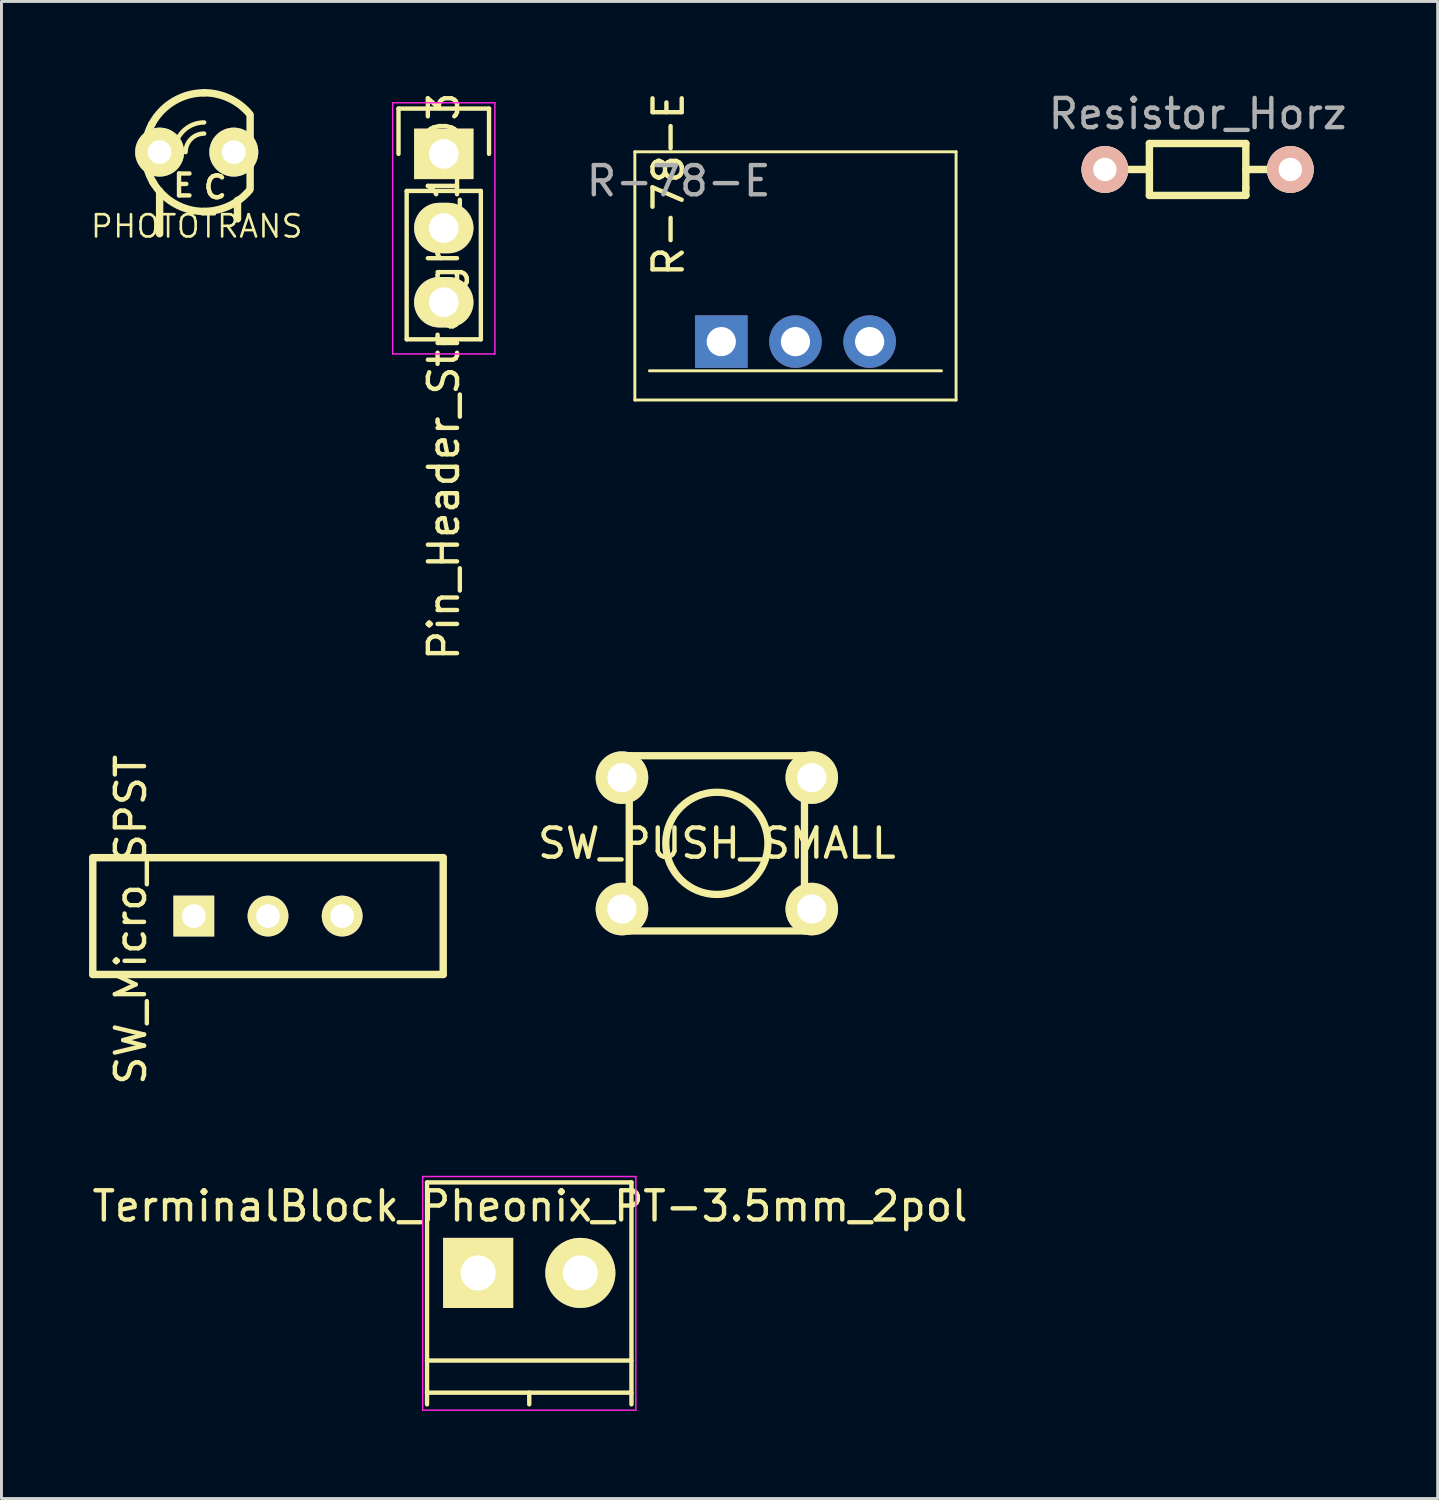
<source format=kicad_pcb>
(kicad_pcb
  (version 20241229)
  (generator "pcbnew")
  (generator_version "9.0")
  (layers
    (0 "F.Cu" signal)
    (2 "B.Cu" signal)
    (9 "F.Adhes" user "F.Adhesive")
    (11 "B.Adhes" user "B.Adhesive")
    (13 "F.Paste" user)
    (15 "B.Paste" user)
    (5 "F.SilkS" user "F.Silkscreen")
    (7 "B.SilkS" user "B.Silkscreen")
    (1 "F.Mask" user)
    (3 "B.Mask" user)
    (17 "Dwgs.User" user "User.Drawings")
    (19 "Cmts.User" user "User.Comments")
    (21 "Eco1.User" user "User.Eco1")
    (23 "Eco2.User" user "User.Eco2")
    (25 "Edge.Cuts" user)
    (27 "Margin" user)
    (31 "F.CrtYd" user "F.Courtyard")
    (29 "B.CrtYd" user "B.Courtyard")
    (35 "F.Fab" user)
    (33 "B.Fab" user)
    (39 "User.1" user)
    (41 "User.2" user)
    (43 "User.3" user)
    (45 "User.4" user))
  (footprint "R-78-E"
    (layer "F.Cu")
    (at 24.189 8.648)
    (property "Reference" "R-78-E" (at -4.35 -5.38 270) (layer "F.SilkS") (effects (font (size 1 1) (thickness 0.15))))
    (attr through_hole)
    (fp_line (start -5.5 -6.5) (end 5.5 -6.5) (stroke (width 0.1) (type solid)) (layer "F.SilkS"))
    (fp_line (start -5.5 2) (end -5.5 -6.5) (stroke (width 0.1) (type solid)) (layer "F.SilkS"))
    (fp_line (start -5.5 2) (end 5.5 2) (stroke (width 0.1) (type solid)) (layer "F.SilkS"))
    (fp_line (start 5 1) (end -5 1) (stroke (width 0.1) (type solid)) (layer "F.SilkS"))
    (fp_line (start 5.5 -6.5) (end 5.5 2) (stroke (width 0.1) (type solid)) (layer "F.SilkS"))
    (fp_text user "${REFERENCE}" (at -4 -5.5 0) (layer "F.Fab") (effects (font (size 1 1) (thickness 0.15))))
    (pad "1" thru_hole rect (at -2.54 0) (size 1.8 1.8) (drill 1) (layers "*.Cu" "*.Mask"))
    (pad "2" thru_hole oval (at 0 0) (size 1.8 1.8) (drill 1) (layers "*.Cu" "*.Mask"))
    (pad "3" thru_hole oval (at 2.54 0) (size 1.8 1.8) (drill 1) (layers "*.Cu" "*.Mask")))
  (footprint "PHOTOTRANS"
    (layer "F.Cu")
    (at 3.686 2.159)
    (property "Reference" "PHOTOTRANS" (at 0 2.54 180) (layer "F.SilkS") (effects (font (size 0.762 0.762) (thickness 0.089))))
    (attr through_hole)
    (fp_line (start -1.27 1.333) (end -1.27 2.794) (stroke (width 0.254) (type solid)) (layer "F.SilkS"))
    (fp_line (start 1.397 1.651) (end 1.397 2.286) (stroke (width 0.254) (type solid)) (layer "F.SilkS"))
    (fp_line (start 1.829 1.27) (end 1.829 -1.27) (stroke (width 0.254) (type solid)) (layer "F.SilkS"))
    (fp_arc (start -1.778 0) (mid -1.716347 -0.496745) (end -1.53513 -0.963347) (stroke (width 0.254) (type solid)) (layer "F.SilkS"))
    (fp_arc (start -1.5367 -0.95504) (mid -0.790567 -1.739997) (end 0.253025 -2.02946) (stroke (width 0.254) (type solid)) (layer "F.SilkS"))
    (fp_arc (start -1.47574 1.06426) (mid -1.700164 0.553076) (end -1.776923 0.0001) (stroke (width 0.254) (type solid)) (layer "F.SilkS"))
    (fp_arc (start -0.762 0) (mid -0.46442 -0.71842) (end 0.254 -1.016) (stroke (width 0.1524) (type solid)) (layer "F.SilkS"))
    (fp_arc (start -0.381 0) (mid -0.195013 -0.449013) (end 0.254 -0.635) (stroke (width 0.1524) (type solid)) (layer "F.SilkS"))
    (fp_arc (start 0.254 -2.032) (mid 1.114367 -1.840867) (end 1.81288 -1.303426) (stroke (width 0.254) (type solid)) (layer "F.SilkS"))
    (fp_arc (start 0.254 2.032) (mid -0.76507 1.757988) (end -1.509299 1.009851) (stroke (width 0.254) (type solid)) (layer "F.SilkS"))
    (fp_arc (start 1.8034 1.31064) (mid 1.109154 1.840416) (end 0.256552 2.029387) (stroke (width 0.254) (type solid)) (layer "F.SilkS"))
    (fp_text user "E" (at -0.445 1.143 0) (layer "F.SilkS") (effects (font (size 0.75 0.75) (thickness 0.15))))
    (fp_text user "C" (at 0.635 1.206 0) (layer "F.SilkS") (effects (font (size 0.75 0.75) (thickness 0.15))))
    (pad "1" thru_hole circle (at -1.27 0) (size 1.676 1.676) (drill 0.813) (layers "*.Cu" "*.Mask" "F.SilkS"))
    (pad "3" thru_hole circle (at 1.27 0 45) (size 1.676 1.676) (drill 0.813) (layers "*.Cu" "*.Mask" "F.SilkS")))
  (footprint "SW_PUSH_SMALL"
    (layer "F.Cu")
    (at 21.498 25.829)
    (property "Reference" "SW_PUSH_SMALL" (at 0 0 0) (layer "F.SilkS") (effects (font (size 1 1) (thickness 0.15))))
    (attr through_hole)
    (fp_line (start -3 -3) (end 3 -3) (stroke (width 0.25) (type solid)) (layer "F.SilkS"))
    (fp_line (start -3 3) (end -3 -3) (stroke (width 0.25) (type solid)) (layer "F.SilkS"))
    (fp_line (start 3 -3) (end 3 3) (stroke (width 0.25) (type solid)) (layer "F.SilkS"))
    (fp_line (start 3 3) (end -3 3) (stroke (width 0.25) (type solid)) (layer "F.SilkS"))
    (fp_circle (center 0 0) (end -1.75 0) (stroke (width 0.25) (type solid)) (fill no) (layer "F.SilkS"))
    (pad "1" thru_hole circle (at -3.25 -2.25) (size 1.8 1.8) (drill 1) (layers "*.Cu" "*.Mask" "F.SilkS"))
    (pad "1" thru_hole circle (at 3.25 -2.25) (size 1.8 1.8) (drill 1) (layers "*.Cu" "*.Mask" "F.SilkS"))
    (pad "2" thru_hole circle (at -3.25 2.25) (size 1.8 1.8) (drill 1) (layers "*.Cu" "*.Mask" "F.SilkS"))
    (pad "2" thru_hole circle (at 3.25 2.25) (size 1.8 1.8) (drill 1) (layers "*.Cu" "*.Mask" "F.SilkS")))
  (footprint "SW_Micro_SPST"
    (layer "F.Cu")
    (at 6.127 28.319)
    (property "Reference" "SW_Micro_SPST" (at -4.699 0.127 90) (layer "F.SilkS") (effects (font (size 1 1) (thickness 0.15))))
    (attr through_hole)
    (fp_line (start -6 -2) (end -6 2) (stroke (width 0.254) (type solid)) (layer "F.SilkS"))
    (fp_line (start -6 2) (end 6 2) (stroke (width 0.254) (type solid)) (layer "F.SilkS"))
    (fp_line (start 6 -2) (end -6 -2) (stroke (width 0.254) (type solid)) (layer "F.SilkS"))
    (fp_line (start 6 2) (end 6 -2) (stroke (width 0.254) (type solid)) (layer "F.SilkS"))
    (pad "1" thru_hole rect (at -2.54 0) (size 1.397 1.397) (drill 0.813) (layers "*.Cu" "*.Mask" "F.SilkS"))
    (pad "2" thru_hole circle (at 0 0) (size 1.397 1.397) (drill 0.813) (layers "*.Cu" "*.Mask" "F.SilkS"))
    (pad "3" thru_hole circle (at 2.54 0) (size 1.397 1.397) (drill 0.813) (layers "*.Cu" "*.Mask" "F.SilkS")))
  (footprint "TerminalBlock_Pheonix_PT-3.5mm_2pol"
    (layer "F.Cu")
    (at 13.323 40.539)
    (property "Reference" "TerminalBlock_Pheonix_PT-3.5mm_2pol" (at 1.778 -2.286 0) (layer "F.SilkS") (effects (font (size 1 1) (thickness 0.15))))
    (attr through_hole)
    (fp_line (start -1.75 -3.1) (end -1.75 4.5) (stroke (width 0.15) (type solid)) (layer "F.SilkS"))
    (fp_line (start -1.75 3) (end 5.25 3) (stroke (width 0.15) (type solid)) (layer "F.SilkS"))
    (fp_line (start -1.75 4.1) (end 5.25 4.1) (stroke (width 0.15) (type solid)) (layer "F.SilkS"))
    (fp_line (start 1.75 4.1) (end 1.75 4.5) (stroke (width 0.15) (type solid)) (layer "F.SilkS"))
    (fp_line (start 5.25 -3.1) (end -1.75 -3.1) (stroke (width 0.15) (type solid)) (layer "F.SilkS"))
    (fp_line (start 5.25 4.5) (end 5.25 -3.1) (stroke (width 0.15) (type solid)) (layer "F.SilkS"))
    (fp_line (start -1.9 -3.3) (end 5.4 -3.3) (stroke (width 0.05) (type solid)) (layer "F.CrtYd"))
    (fp_line (start -1.9 4.7) (end -1.9 -3.3) (stroke (width 0.05) (type solid)) (layer "F.CrtYd"))
    (fp_line (start 5.4 -3.3) (end 5.4 4.7) (stroke (width 0.05) (type solid)) (layer "F.CrtYd"))
    (fp_line (start 5.4 4.7) (end -1.9 4.7) (stroke (width 0.05) (type solid)) (layer "F.CrtYd"))
    (pad "1" thru_hole rect (at 0 0) (size 2.4 2.4) (drill 1.2) (layers "*.Cu" "*.Mask" "F.SilkS"))
    (pad "2" thru_hole circle (at 3.5 0) (size 2.4 2.4) (drill 1.2) (layers "*.Cu" "*.Mask" "F.SilkS")))
  (footprint "Pin_Header_Straight_1x03"
    (layer "F.Cu")
    (at 12.146 2.219)
    (property "Reference" "Pin_Header_Straight_1x03" (at 0 7.62 90) (layer "F.SilkS") (effects (font (size 1 1) (thickness 0.15))))
    (attr through_hole)
    (fp_line (start -1.55 -1.55) (end 1.55 -1.55) (stroke (width 0.15) (type solid)) (layer "F.SilkS"))
    (fp_line (start -1.55 0) (end -1.55 -1.55) (stroke (width 0.15) (type solid)) (layer "F.SilkS"))
    (fp_line (start -1.27 1.27) (end -1.27 6.35) (stroke (width 0.15) (type solid)) (layer "F.SilkS"))
    (fp_line (start -1.27 6.35) (end 1.27 6.35) (stroke (width 0.15) (type solid)) (layer "F.SilkS"))
    (fp_line (start 1.27 1.27) (end -1.27 1.27) (stroke (width 0.15) (type solid)) (layer "F.SilkS"))
    (fp_line (start 1.27 6.35) (end 1.27 1.27) (stroke (width 0.15) (type solid)) (layer "F.SilkS"))
    (fp_line (start 1.55 -1.55) (end 1.55 0) (stroke (width 0.15) (type solid)) (layer "F.SilkS"))
    (fp_line (start -1.75 -1.75) (end -1.75 6.85) (stroke (width 0.05) (type solid)) (layer "F.CrtYd"))
    (fp_line (start -1.75 -1.75) (end 1.75 -1.75) (stroke (width 0.05) (type solid)) (layer "F.CrtYd"))
    (fp_line (start -1.75 6.85) (end 1.75 6.85) (stroke (width 0.05) (type solid)) (layer "F.CrtYd"))
    (fp_line (start 1.75 -1.75) (end 1.75 6.85) (stroke (width 0.05) (type solid)) (layer "F.CrtYd"))
    (pad "1" thru_hole rect (at 0 0) (size 2.032 1.727) (drill 1.016) (layers "*.Cu" "*.Mask" "F.SilkS"))
    (pad "2" thru_hole oval (at 0 2.54) (size 2.032 1.727) (drill 1.016) (layers "*.Cu" "*.Mask" "F.SilkS"))
    (pad "3" thru_hole oval (at 0 5.08) (size 2.032 1.727) (drill 1.016) (layers "*.Cu" "*.Mask" "F.SilkS")))
  (footprint "Resistor_Horz"
    (layer "F.Cu")
    (at 37.96 2.753)
    (property "Reference" "Resistor_Horz" (at 0 -1.905 0) (layer "F.Fab") (effects (font (size 1 1) (thickness 0.15))))
    (attr through_hole)
    (fp_line (start -1.651 -0.889) (end 1.651 -0.889) (stroke (width 0.254) (type solid)) (layer "F.SilkS"))
    (fp_line (start -1.651 0) (end -2.413 0) (stroke (width 0.254) (type solid)) (layer "F.SilkS"))
    (fp_line (start -1.651 0.889) (end -1.651 -0.889) (stroke (width 0.254) (type solid)) (layer "F.SilkS"))
    (fp_line (start 1.651 -0.889) (end 1.651 0.635) (stroke (width 0.254) (type solid)) (layer "F.SilkS"))
    (fp_line (start 1.651 0) (end 2.413 0) (stroke (width 0.254) (type solid)) (layer "F.SilkS"))
    (fp_line (start 1.651 0.889) (end -1.651 0.889) (stroke (width 0.254) (type solid)) (layer "F.SilkS"))
    (fp_line (start 1.651 0.889) (end 1.651 0.635) (stroke (width 0.254) (type solid)) (layer "F.SilkS"))
    (pad "1" thru_hole circle (at -3.175 0) (size 1.6 1.6) (drill 0.8) (layers "*.Cu" "*.SilkS" "*.Mask"))
    (pad "2" thru_hole circle (at 3.175 0) (size 1.6 1.6) (drill 0.8) (layers "*.Cu" "*.SilkS" "*.Mask")))
  (gr_rect
    (start -3 -3)
    (end 46.18 48.264)
    (stroke (width 0.1) (type default))
    (fill no)
    (layer "Edge.Cuts")))
</source>
